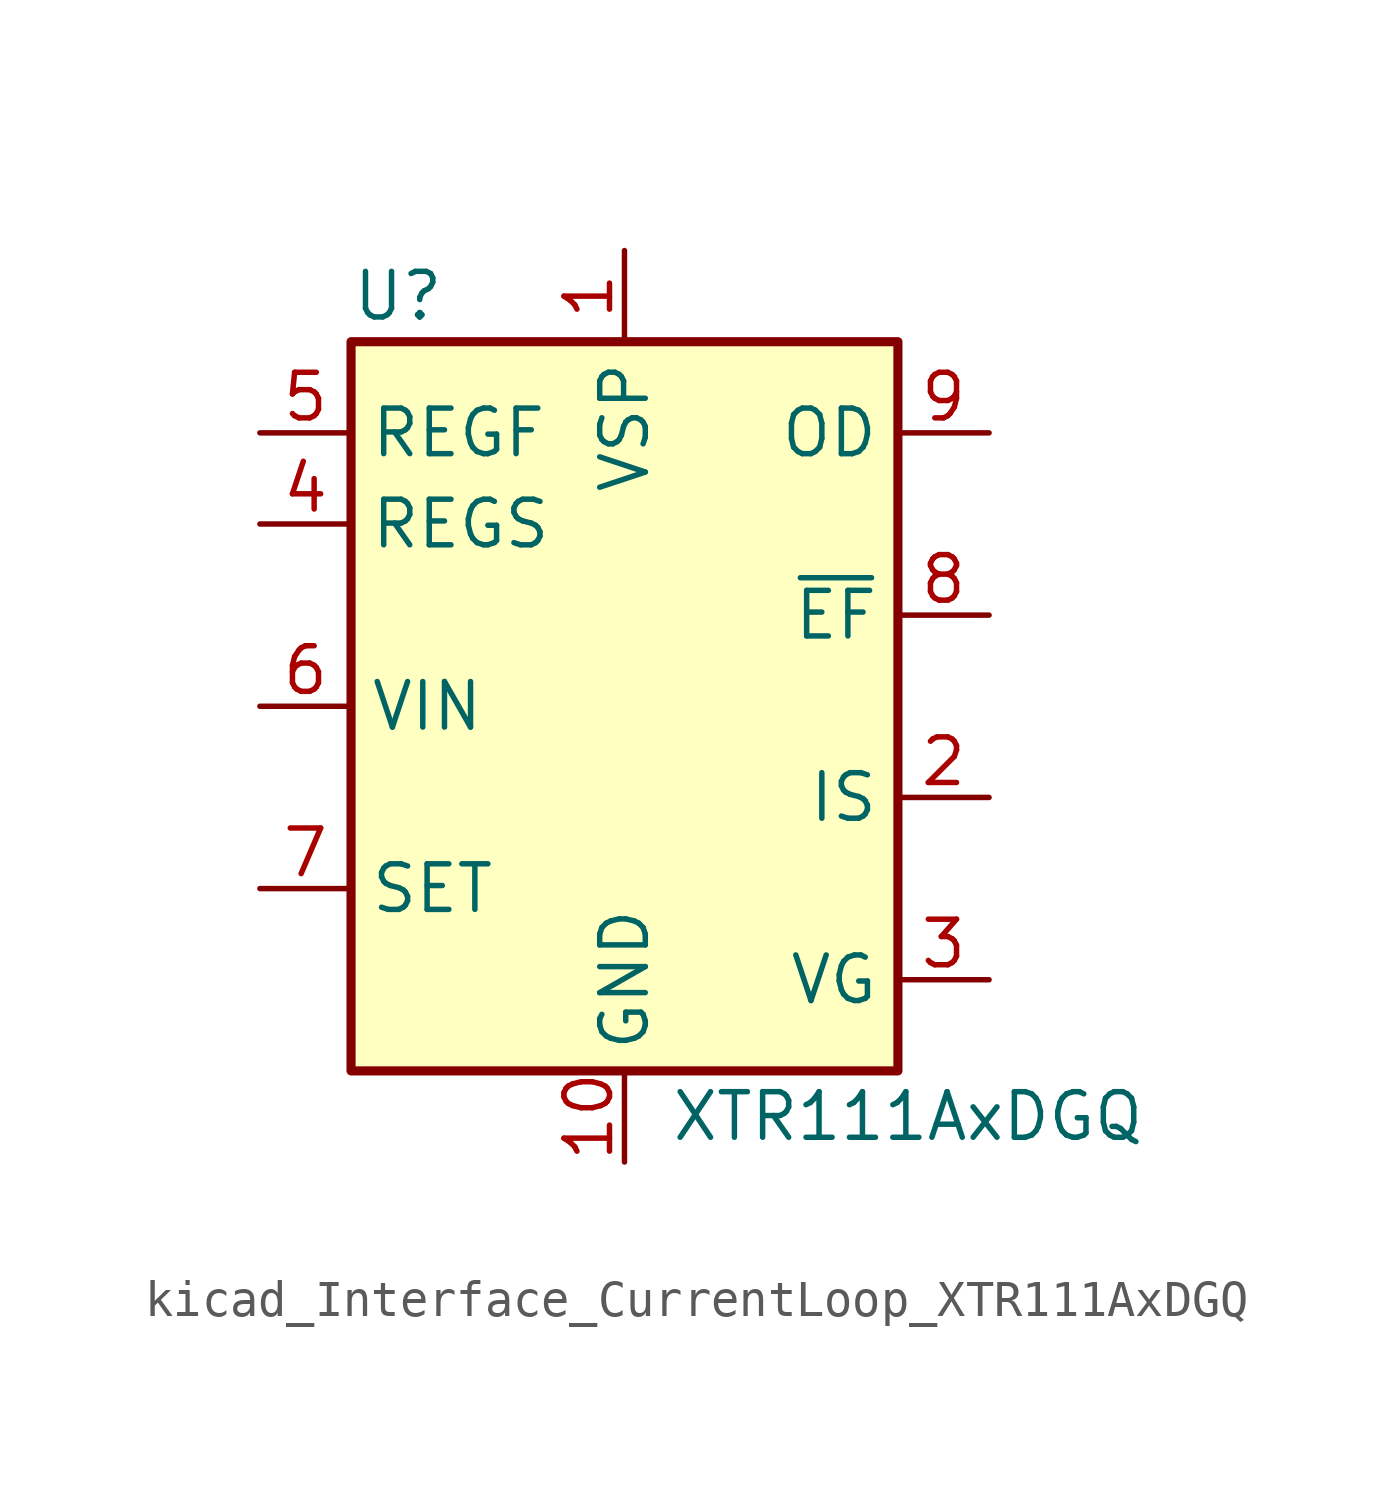
<source format=kicad_sym>
(kicad_symbol_lib
  (version 20220914)
  (generator kicad_symbol_editor)
  (symbol "kicad_Interface_CurrentLoop_XTR111AxDGQ"
    (property "Reference" "U"
      (at -7.62 11.43 0)
      (effects (font (size 1.27 1.27)) (justify left)))
    (property "Value" "XTR111AxDGQ"
      (at 1.27 -11.43 0)
      (effects (font (size 1.27 1.27)) (justify left)))
    (symbol "kicad_Interface_CurrentLoop_XTR111AxDGQ_0_1"
      (rectangle (start -7.62 10.16) (end 7.62 -10.16) (stroke (width 0.254) (type default)) (fill (type background))))
    (symbol "kicad_Interface_CurrentLoop_XTR111AxDGQ_1_1"
      (pin power_in line (at 0 12.7 270) (length 2.54) (name "VSP" (effects (font (size 1.27 1.27)))) (number "1" (effects (font (size 1.27 1.27)))))
      (pin power_in line (at 0 -12.7 90) (length 2.54) (name "GND" (effects (font (size 1.27 1.27)))) (number "10" (effects (font (size 1.27 1.27)))))
      (pin passive line (at 0 -12.7 90) (length 2.54) hide (name "GND" (effects (font (size 1.27 1.27)))) (number "11" (effects (font (size 1.27 1.27)))))
      (pin output line (at 10.16 -2.54 180) (length 2.54) (name "IS" (effects (font (size 1.27 1.27)))) (number "2" (effects (font (size 1.27 1.27)))))
      (pin output line (at 10.16 -7.62 180) (length 2.54) (name "VG" (effects (font (size 1.27 1.27)))) (number "3" (effects (font (size 1.27 1.27)))))
      (pin input line (at -10.16 5.08 0) (length 2.54) (name "REGS" (effects (font (size 1.27 1.27)))) (number "4" (effects (font (size 1.27 1.27)))))
      (pin output line (at -10.16 7.62 0) (length 2.54) (name "REGF" (effects (font (size 1.27 1.27)))) (number "5" (effects (font (size 1.27 1.27)))))
      (pin input line (at -10.16 0 0) (length 2.54) (name "VIN" (effects (font (size 1.27 1.27)))) (number "6" (effects (font (size 1.27 1.27)))))
      (pin passive line (at -10.16 -5.08 0) (length 2.54) (name "SET" (effects (font (size 1.27 1.27)))) (number "7" (effects (font (size 1.27 1.27)))))
      (pin open_collector line (at 10.16 2.54 180) (length 2.54) (name "~{EF}" (effects (font (size 1.27 1.27)))) (number "8" (effects (font (size 1.27 1.27)))))
      (pin input line (at 10.16 7.62 180) (length 2.54) (name "OD" (effects (font (size 1.27 1.27)))) (number "9" (effects (font (size 1.27 1.27))))))))
</source>
